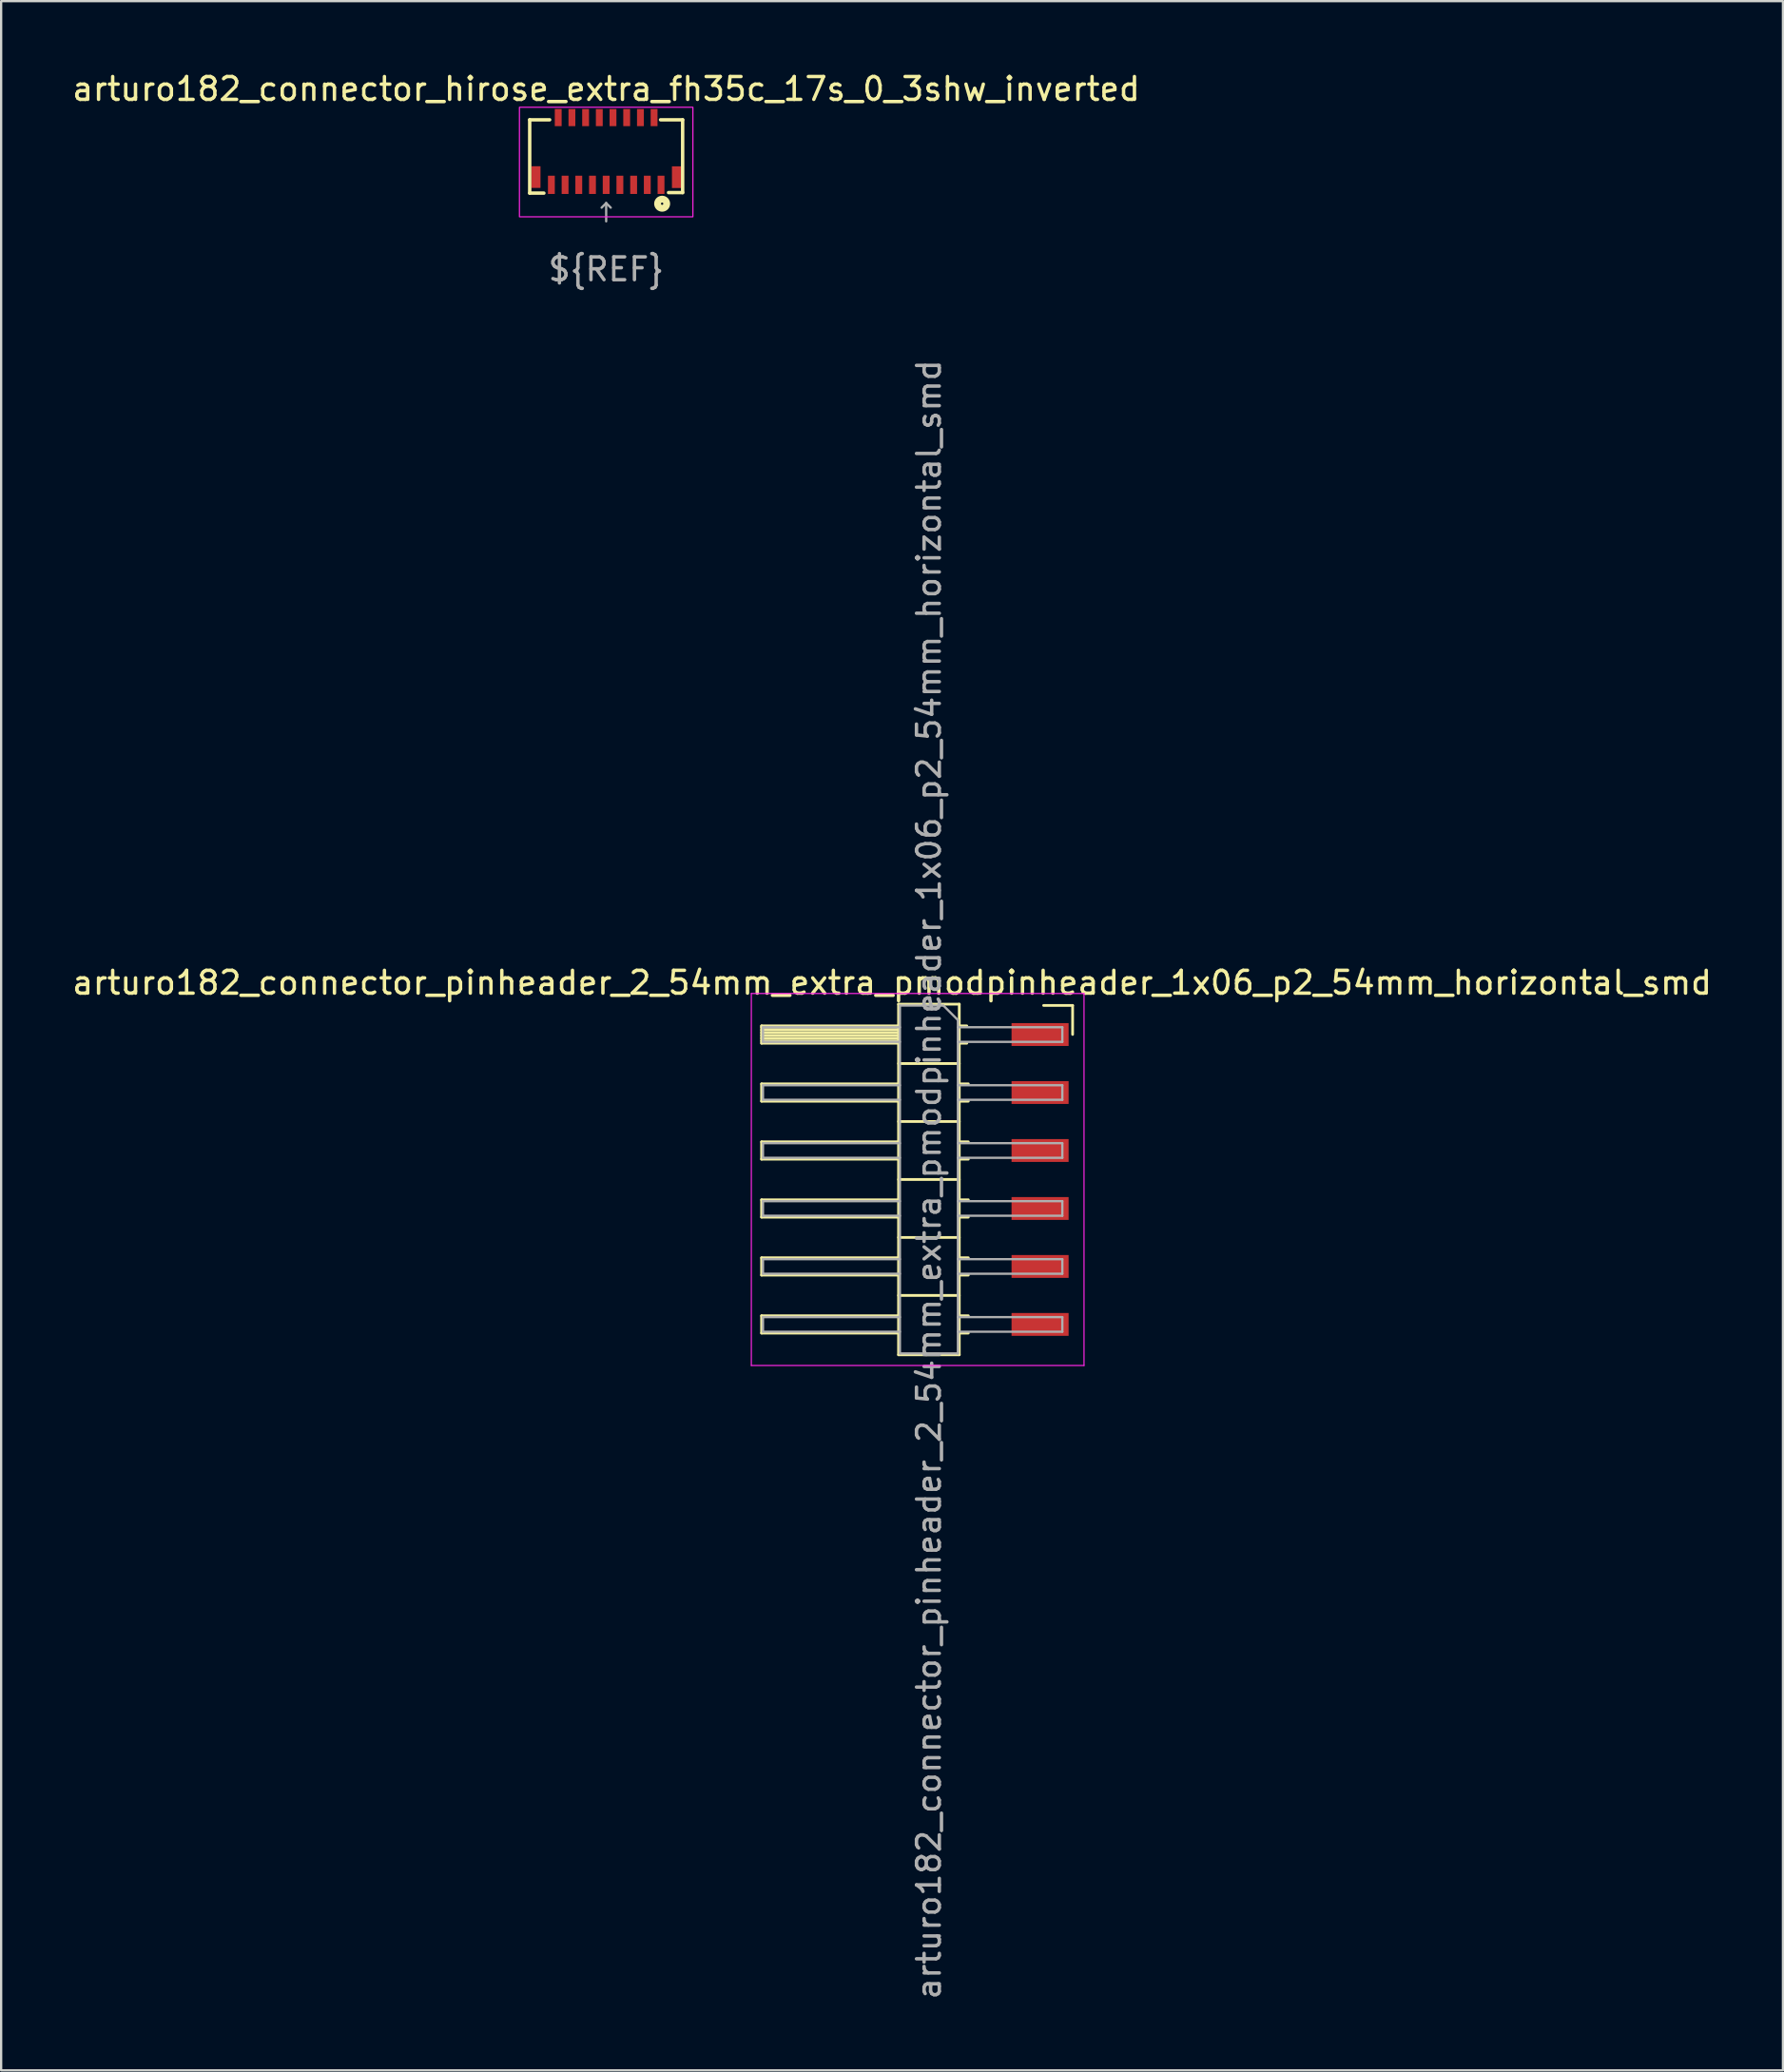
<source format=kicad_pcb>
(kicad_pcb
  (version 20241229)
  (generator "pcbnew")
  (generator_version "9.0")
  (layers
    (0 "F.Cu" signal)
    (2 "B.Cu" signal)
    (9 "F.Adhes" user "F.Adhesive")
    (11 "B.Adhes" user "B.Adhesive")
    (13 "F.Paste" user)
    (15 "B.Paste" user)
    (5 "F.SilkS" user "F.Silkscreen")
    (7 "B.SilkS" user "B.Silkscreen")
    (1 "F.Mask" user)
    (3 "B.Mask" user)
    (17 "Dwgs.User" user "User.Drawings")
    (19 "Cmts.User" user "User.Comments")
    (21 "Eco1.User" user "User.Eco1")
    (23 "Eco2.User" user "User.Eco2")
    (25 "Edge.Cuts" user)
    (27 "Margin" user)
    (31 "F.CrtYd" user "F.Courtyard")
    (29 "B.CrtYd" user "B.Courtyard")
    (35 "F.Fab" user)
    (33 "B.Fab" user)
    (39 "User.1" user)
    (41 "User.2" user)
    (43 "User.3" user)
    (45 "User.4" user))
  (footprint "arturo182_connector_hirose_extra_fh35c_17s_0_3shw_inverted"
    (layer "F.Cu")
    (at 23.506 3.448)
    (property "Reference" "arturo182_connector_hirose_extra_fh35c_17s_0_3shw_inverted" (at 0 -2.6 0) (unlocked yes) (layer "F.SilkS") (effects (font (size 1 1) (thickness 0.15))))
    (attr smd)
    (fp_line (start -3.35 -1.25) (end -2.476 -1.25) (stroke (width 0.15) (type solid)) (layer "F.SilkS"))
    (fp_line (start -3.35 1.963) (end -3.35 -1.25) (stroke (width 0.15) (type solid)) (layer "F.SilkS"))
    (fp_line (start -3.35 1.963) (end -2.729 1.963) (stroke (width 0.15) (type solid)) (layer "F.SilkS"))
    (fp_line (start 3.35 -1.25) (end 2.382 -1.25) (stroke (width 0.15) (type solid)) (layer "F.SilkS"))
    (fp_line (start 3.35 -1.25) (end 3.35 1.94) (stroke (width 0.15) (type solid)) (layer "F.SilkS"))
    (fp_line (start 3.35 1.94) (end 2.732 1.94) (stroke (width 0.15) (type solid)) (layer "F.SilkS"))
    (fp_circle (center 2.452 2.427) (end 2.502 2.427) (stroke (width 0.3) (type solid)) (fill no) (layer "F.SilkS"))
    (fp_rect (start -3.8 -1.8) (end 3.8 3) (stroke (width 0.05) (type default)) (fill no) (layer "F.CrtYd"))
    (fp_line (start -0.2 2.6) (end 0 2.4) (stroke (width 0.1) (type default)) (layer "F.Fab"))
    (fp_line (start 0 2.4) (end 0.2 2.6) (stroke (width 0.1) (type default)) (layer "F.Fab"))
    (fp_line (start 0 3.2) (end 0 2.4) (stroke (width 0.1) (type default)) (layer "F.Fab"))
    (fp_text user "${REF}" (at 0 5.3 0) (unlocked yes) (layer "F.Fab") (effects (font (size 1 1) (thickness 0.15))))
    (pad "1" smd rect (at 2.403 1.6 180) (size 0.3 0.8) (layers "F.Cu" "F.Mask" "F.Paste"))
    (pad "2" smd rect (at 2.099 -1.346 180) (size 0.3 0.75) (layers "F.Cu" "F.Mask" "F.Paste"))
    (pad "3" smd rect (at 1.801 1.6 180) (size 0.3 0.8) (layers "F.Cu" "F.Mask" "F.Paste"))
    (pad "4" smd rect (at 1.501 -1.346 180) (size 0.3 0.75) (layers "F.Cu" "F.Mask" "F.Paste"))
    (pad "5" smd rect (at 1.203 1.6 180) (size 0.3 0.8) (layers "F.Cu" "F.Mask" "F.Paste"))
    (pad "6" smd rect (at 0.899 -1.346 180) (size 0.3 0.75) (layers "F.Cu" "F.Mask" "F.Paste"))
    (pad "7" smd rect (at 0.601 1.6 180) (size 0.3 0.8) (layers "F.Cu" "F.Mask" "F.Paste"))
    (pad "8" smd rect (at 0.299 -1.346 180) (size 0.3 0.75) (layers "F.Cu" "F.Mask" "F.Paste"))
    (pad "9" smd rect (at 0 1.6 180) (size 0.3 0.8) (layers "F.Cu" "F.Mask" "F.Paste"))
    (pad "10" smd rect (at -0.301 -1.346 180) (size 0.3 0.75) (layers "F.Cu" "F.Mask" "F.Paste"))
    (pad "11" smd rect (at -0.6 1.6 180) (size 0.3 0.8) (layers "F.Cu" "F.Mask" "F.Paste"))
    (pad "12" smd rect (at -0.901 -1.346 180) (size 0.3 0.75) (layers "F.Cu" "F.Mask" "F.Paste"))
    (pad "13" smd rect (at -1.2 1.6 180) (size 0.3 0.8) (layers "F.Cu" "F.Mask" "F.Paste"))
    (pad "14" smd rect (at -1.501 -1.346 180) (size 0.3 0.75) (layers "F.Cu" "F.Mask" "F.Paste"))
    (pad "15" smd rect (at -1.8 1.6 180) (size 0.3 0.8) (layers "F.Cu" "F.Mask" "F.Paste"))
    (pad "16" smd rect (at -2.101 -1.346 180) (size 0.3 0.75) (layers "F.Cu" "F.Mask" "F.Paste"))
    (pad "17" smd rect (at -2.4 1.6 180) (size 0.3 0.8) (layers "F.Cu" "F.Mask" "F.Paste"))
    (pad "18" smd rect (at -3.077 1.26 180) (size 0.4 0.95) (layers "F.Cu" "F.Mask" "F.Paste"))
    (pad "19" smd rect (at 3.081 1.265 180) (size 0.4 0.95) (layers "F.Cu" "F.Mask" "F.Paste")))
  (footprint "arturo182_connector_pinheader_2_54mm_extra_pmodpinheader_1x06_p2_54mm_horizontal_smd"
    (layer "F.Cu")
    (at 40.415 42.276)
    (property "Reference" "arturo182_connector_pinheader_2_54mm_extra_pmodpinheader_1x06_p2_54mm_horizontal_smd" (at -4.385 -2.27 0) (layer "F.SilkS") (effects (font (size 1 1) (thickness 0.15))))
    (attr through_hole)
    (fp_line (start -10.1 -0.38) (end -10.1 0.38) (stroke (width 0.12) (type solid)) (layer "F.SilkS"))
    (fp_line (start -10.1 0.38) (end -4.1 0.38) (stroke (width 0.12) (type solid)) (layer "F.SilkS"))
    (fp_line (start -10.1 2.16) (end -10.1 2.92) (stroke (width 0.12) (type solid)) (layer "F.SilkS"))
    (fp_line (start -10.1 2.92) (end -4.1 2.92) (stroke (width 0.12) (type solid)) (layer "F.SilkS"))
    (fp_line (start -10.1 4.7) (end -10.1 5.46) (stroke (width 0.12) (type solid)) (layer "F.SilkS"))
    (fp_line (start -10.1 5.46) (end -4.1 5.46) (stroke (width 0.12) (type solid)) (layer "F.SilkS"))
    (fp_line (start -10.1 7.24) (end -10.1 8) (stroke (width 0.12) (type solid)) (layer "F.SilkS"))
    (fp_line (start -10.1 8) (end -4.1 8) (stroke (width 0.12) (type solid)) (layer "F.SilkS"))
    (fp_line (start -10.1 9.78) (end -10.1 10.54) (stroke (width 0.12) (type solid)) (layer "F.SilkS"))
    (fp_line (start -10.1 10.54) (end -4.1 10.54) (stroke (width 0.12) (type solid)) (layer "F.SilkS"))
    (fp_line (start -10.1 12.32) (end -10.1 13.08) (stroke (width 0.12) (type solid)) (layer "F.SilkS"))
    (fp_line (start -10.1 13.08) (end -4.1 13.08) (stroke (width 0.12) (type solid)) (layer "F.SilkS"))
    (fp_line (start -4.1 -1.33) (end -1.44 -1.33) (stroke (width 0.12) (type solid)) (layer "F.SilkS"))
    (fp_line (start -4.1 -0.38) (end -10.1 -0.38) (stroke (width 0.12) (type solid)) (layer "F.SilkS"))
    (fp_line (start -4.1 -0.32) (end -10.1 -0.32) (stroke (width 0.12) (type solid)) (layer "F.SilkS"))
    (fp_line (start -4.1 -0.2) (end -10.1 -0.2) (stroke (width 0.12) (type solid)) (layer "F.SilkS"))
    (fp_line (start -4.1 -0.08) (end -10.1 -0.08) (stroke (width 0.12) (type solid)) (layer "F.SilkS"))
    (fp_line (start -4.1 0.04) (end -10.1 0.04) (stroke (width 0.12) (type solid)) (layer "F.SilkS"))
    (fp_line (start -4.1 0.16) (end -10.1 0.16) (stroke (width 0.12) (type solid)) (layer "F.SilkS"))
    (fp_line (start -4.1 0.28) (end -10.1 0.28) (stroke (width 0.12) (type solid)) (layer "F.SilkS"))
    (fp_line (start -4.1 2.16) (end -10.1 2.16) (stroke (width 0.12) (type solid)) (layer "F.SilkS"))
    (fp_line (start -4.1 4.7) (end -10.1 4.7) (stroke (width 0.12) (type solid)) (layer "F.SilkS"))
    (fp_line (start -4.1 7.24) (end -10.1 7.24) (stroke (width 0.12) (type solid)) (layer "F.SilkS"))
    (fp_line (start -4.1 9.78) (end -10.1 9.78) (stroke (width 0.12) (type solid)) (layer "F.SilkS"))
    (fp_line (start -4.1 12.32) (end -10.1 12.32) (stroke (width 0.12) (type solid)) (layer "F.SilkS"))
    (fp_line (start -4.1 14.03) (end -4.1 -1.33) (stroke (width 0.12) (type solid)) (layer "F.SilkS"))
    (fp_line (start -1.44 -1.33) (end -1.44 14.03) (stroke (width 0.12) (type solid)) (layer "F.SilkS"))
    (fp_line (start -1.44 1.27) (end -4.1 1.27) (stroke (width 0.12) (type solid)) (layer "F.SilkS"))
    (fp_line (start -1.44 3.81) (end -4.1 3.81) (stroke (width 0.12) (type solid)) (layer "F.SilkS"))
    (fp_line (start -1.44 6.35) (end -4.1 6.35) (stroke (width 0.12) (type solid)) (layer "F.SilkS"))
    (fp_line (start -1.44 8.89) (end -4.1 8.89) (stroke (width 0.12) (type solid)) (layer "F.SilkS"))
    (fp_line (start -1.44 11.43) (end -4.1 11.43) (stroke (width 0.12) (type solid)) (layer "F.SilkS"))
    (fp_line (start -1.44 14.03) (end -4.1 14.03) (stroke (width 0.12) (type solid)) (layer "F.SilkS"))
    (fp_line (start -1.11 -0.38) (end -1.44 -0.38) (stroke (width 0.12) (type solid)) (layer "F.SilkS"))
    (fp_line (start -1.11 0.38) (end -1.44 0.38) (stroke (width 0.12) (type solid)) (layer "F.SilkS"))
    (fp_line (start -1.043 2.16) (end -1.44 2.16) (stroke (width 0.12) (type solid)) (layer "F.SilkS"))
    (fp_line (start -1.043 2.92) (end -1.44 2.92) (stroke (width 0.12) (type solid)) (layer "F.SilkS"))
    (fp_line (start -1.043 4.7) (end -1.44 4.7) (stroke (width 0.12) (type solid)) (layer "F.SilkS"))
    (fp_line (start -1.043 5.46) (end -1.44 5.46) (stroke (width 0.12) (type solid)) (layer "F.SilkS"))
    (fp_line (start -1.043 7.24) (end -1.44 7.24) (stroke (width 0.12) (type solid)) (layer "F.SilkS"))
    (fp_line (start -1.043 8) (end -1.44 8) (stroke (width 0.12) (type solid)) (layer "F.SilkS"))
    (fp_line (start -1.043 9.78) (end -1.44 9.78) (stroke (width 0.12) (type solid)) (layer "F.SilkS"))
    (fp_line (start -1.043 10.54) (end -1.44 10.54) (stroke (width 0.12) (type solid)) (layer "F.SilkS"))
    (fp_line (start -1.043 12.32) (end -1.44 12.32) (stroke (width 0.12) (type solid)) (layer "F.SilkS"))
    (fp_line (start -1.043 13.08) (end -1.44 13.08) (stroke (width 0.12) (type solid)) (layer "F.SilkS"))
    (fp_line (start 3.525 -1.275) (end 2.255 -1.275) (stroke (width 0.12) (type solid)) (layer "F.SilkS"))
    (fp_line (start 3.525 -0.005) (end 3.525 -1.275) (stroke (width 0.12) (type solid)) (layer "F.SilkS"))
    (fp_line (start -10.55 -1.8) (end 4.025 -1.8) (stroke (width 0.05) (type solid)) (layer "F.CrtYd"))
    (fp_line (start -10.55 14.5) (end -10.55 -1.8) (stroke (width 0.05) (type solid)) (layer "F.CrtYd"))
    (fp_line (start 4.025 -1.8) (end 4.025 14.5) (stroke (width 0.05) (type solid)) (layer "F.CrtYd"))
    (fp_line (start 4.025 14.5) (end -10.55 14.5) (stroke (width 0.05) (type solid)) (layer "F.CrtYd"))
    (fp_line (start -10.04 -0.32) (end -10.04 0.32) (stroke (width 0.1) (type solid)) (layer "F.Fab"))
    (fp_line (start -10.04 2.22) (end -10.04 2.86) (stroke (width 0.1) (type solid)) (layer "F.Fab"))
    (fp_line (start -10.04 4.76) (end -10.04 5.4) (stroke (width 0.1) (type solid)) (layer "F.Fab"))
    (fp_line (start -10.04 7.3) (end -10.04 7.94) (stroke (width 0.1) (type solid)) (layer "F.Fab"))
    (fp_line (start -10.04 9.84) (end -10.04 10.48) (stroke (width 0.1) (type solid)) (layer "F.Fab"))
    (fp_line (start -10.04 12.38) (end -10.04 13.02) (stroke (width 0.1) (type solid)) (layer "F.Fab"))
    (fp_line (start -4.04 -1.27) (end -4.04 13.97) (stroke (width 0.1) (type solid)) (layer "F.Fab"))
    (fp_line (start -4.04 -0.32) (end -10.04 -0.32) (stroke (width 0.1) (type solid)) (layer "F.Fab"))
    (fp_line (start -4.04 0.32) (end -10.04 0.32) (stroke (width 0.1) (type solid)) (layer "F.Fab"))
    (fp_line (start -4.04 2.22) (end -10.04 2.22) (stroke (width 0.1) (type solid)) (layer "F.Fab"))
    (fp_line (start -4.04 2.86) (end -10.04 2.86) (stroke (width 0.1) (type solid)) (layer "F.Fab"))
    (fp_line (start -4.04 4.76) (end -10.04 4.76) (stroke (width 0.1) (type solid)) (layer "F.Fab"))
    (fp_line (start -4.04 5.4) (end -10.04 5.4) (stroke (width 0.1) (type solid)) (layer "F.Fab"))
    (fp_line (start -4.04 7.3) (end -10.04 7.3) (stroke (width 0.1) (type solid)) (layer "F.Fab"))
    (fp_line (start -4.04 7.94) (end -10.04 7.94) (stroke (width 0.1) (type solid)) (layer "F.Fab"))
    (fp_line (start -4.04 9.84) (end -10.04 9.84) (stroke (width 0.1) (type solid)) (layer "F.Fab"))
    (fp_line (start -4.04 10.48) (end -10.04 10.48) (stroke (width 0.1) (type solid)) (layer "F.Fab"))
    (fp_line (start -4.04 12.38) (end -10.04 12.38) (stroke (width 0.1) (type solid)) (layer "F.Fab"))
    (fp_line (start -4.04 13.02) (end -10.04 13.02) (stroke (width 0.1) (type solid)) (layer "F.Fab"))
    (fp_line (start -4.04 13.97) (end -1.5 13.97) (stroke (width 0.1) (type solid)) (layer "F.Fab"))
    (fp_line (start -2.135 -1.27) (end -4.04 -1.27) (stroke (width 0.1) (type solid)) (layer "F.Fab"))
    (fp_line (start -1.5 -0.635) (end -2.135 -1.27) (stroke (width 0.1) (type solid)) (layer "F.Fab"))
    (fp_line (start -1.5 13.97) (end -1.5 -0.635) (stroke (width 0.1) (type solid)) (layer "F.Fab"))
    (fp_line (start 3.075 -0.32) (end -1.5 -0.32) (stroke (width 0.1) (type solid)) (layer "F.Fab"))
    (fp_line (start 3.075 -0.32) (end 3.075 0.32) (stroke (width 0.1) (type solid)) (layer "F.Fab"))
    (fp_line (start 3.075 0.32) (end -1.5 0.32) (stroke (width 0.1) (type solid)) (layer "F.Fab"))
    (fp_line (start 3.075 2.22) (end -1.5 2.22) (stroke (width 0.1) (type solid)) (layer "F.Fab"))
    (fp_line (start 3.075 2.22) (end 3.075 2.86) (stroke (width 0.1) (type solid)) (layer "F.Fab"))
    (fp_line (start 3.075 2.86) (end -1.5 2.86) (stroke (width 0.1) (type solid)) (layer "F.Fab"))
    (fp_line (start 3.075 4.76) (end -1.5 4.76) (stroke (width 0.1) (type solid)) (layer "F.Fab"))
    (fp_line (start 3.075 4.76) (end 3.075 5.4) (stroke (width 0.1) (type solid)) (layer "F.Fab"))
    (fp_line (start 3.075 5.4) (end -1.5 5.4) (stroke (width 0.1) (type solid)) (layer "F.Fab"))
    (fp_line (start 3.075 7.3) (end -1.5 7.3) (stroke (width 0.1) (type solid)) (layer "F.Fab"))
    (fp_line (start 3.075 7.3) (end 3.075 7.94) (stroke (width 0.1) (type solid)) (layer "F.Fab"))
    (fp_line (start 3.075 7.94) (end -1.5 7.94) (stroke (width 0.1) (type solid)) (layer "F.Fab"))
    (fp_line (start 3.075 9.84) (end -1.5 9.84) (stroke (width 0.1) (type solid)) (layer "F.Fab"))
    (fp_line (start 3.075 9.84) (end 3.075 10.48) (stroke (width 0.1) (type solid)) (layer "F.Fab"))
    (fp_line (start 3.075 10.48) (end -1.5 10.48) (stroke (width 0.1) (type solid)) (layer "F.Fab"))
    (fp_line (start 3.075 12.38) (end -1.5 12.38) (stroke (width 0.1) (type solid)) (layer "F.Fab"))
    (fp_line (start 3.075 12.38) (end 3.075 13.02) (stroke (width 0.1) (type solid)) (layer "F.Fab"))
    (fp_line (start 3.075 13.02) (end -1.5 13.02) (stroke (width 0.1) (type solid)) (layer "F.Fab"))
    (fp_text user "${REFERENCE}" (at -2.77 6.35 90) (layer "F.Fab") (effects (font (size 1 1) (thickness 0.15))))
    (pad "1" smd rect (at 2.1 0 90) (size 1 2.5) (layers "F.Cu" "F.Mask" "F.Paste"))
    (pad "2" smd rect (at 2.1 2.54 90) (size 1 2.5) (layers "F.Cu" "F.Mask" "F.Paste"))
    (pad "3" smd rect (at 2.1 5.08 90) (size 1 2.5) (layers "F.Cu" "F.Mask" "F.Paste"))
    (pad "4" smd rect (at 2.1 7.62 90) (size 1 2.5) (layers "F.Cu" "F.Mask" "F.Paste"))
    (pad "5" smd rect (at 2.1 10.16 90) (size 1 2.5) (layers "F.Cu" "F.Mask" "F.Paste"))
    (pad "6" smd rect (at 2.1 12.7 90) (size 1 2.5) (layers "F.Cu" "F.Mask" "F.Paste")))
  (gr_rect
    (start -3 -3)
    (end 75.06 87.656)
    (stroke (width 0.1) (type default))
    (fill no)
    (layer "Edge.Cuts")))
</source>
